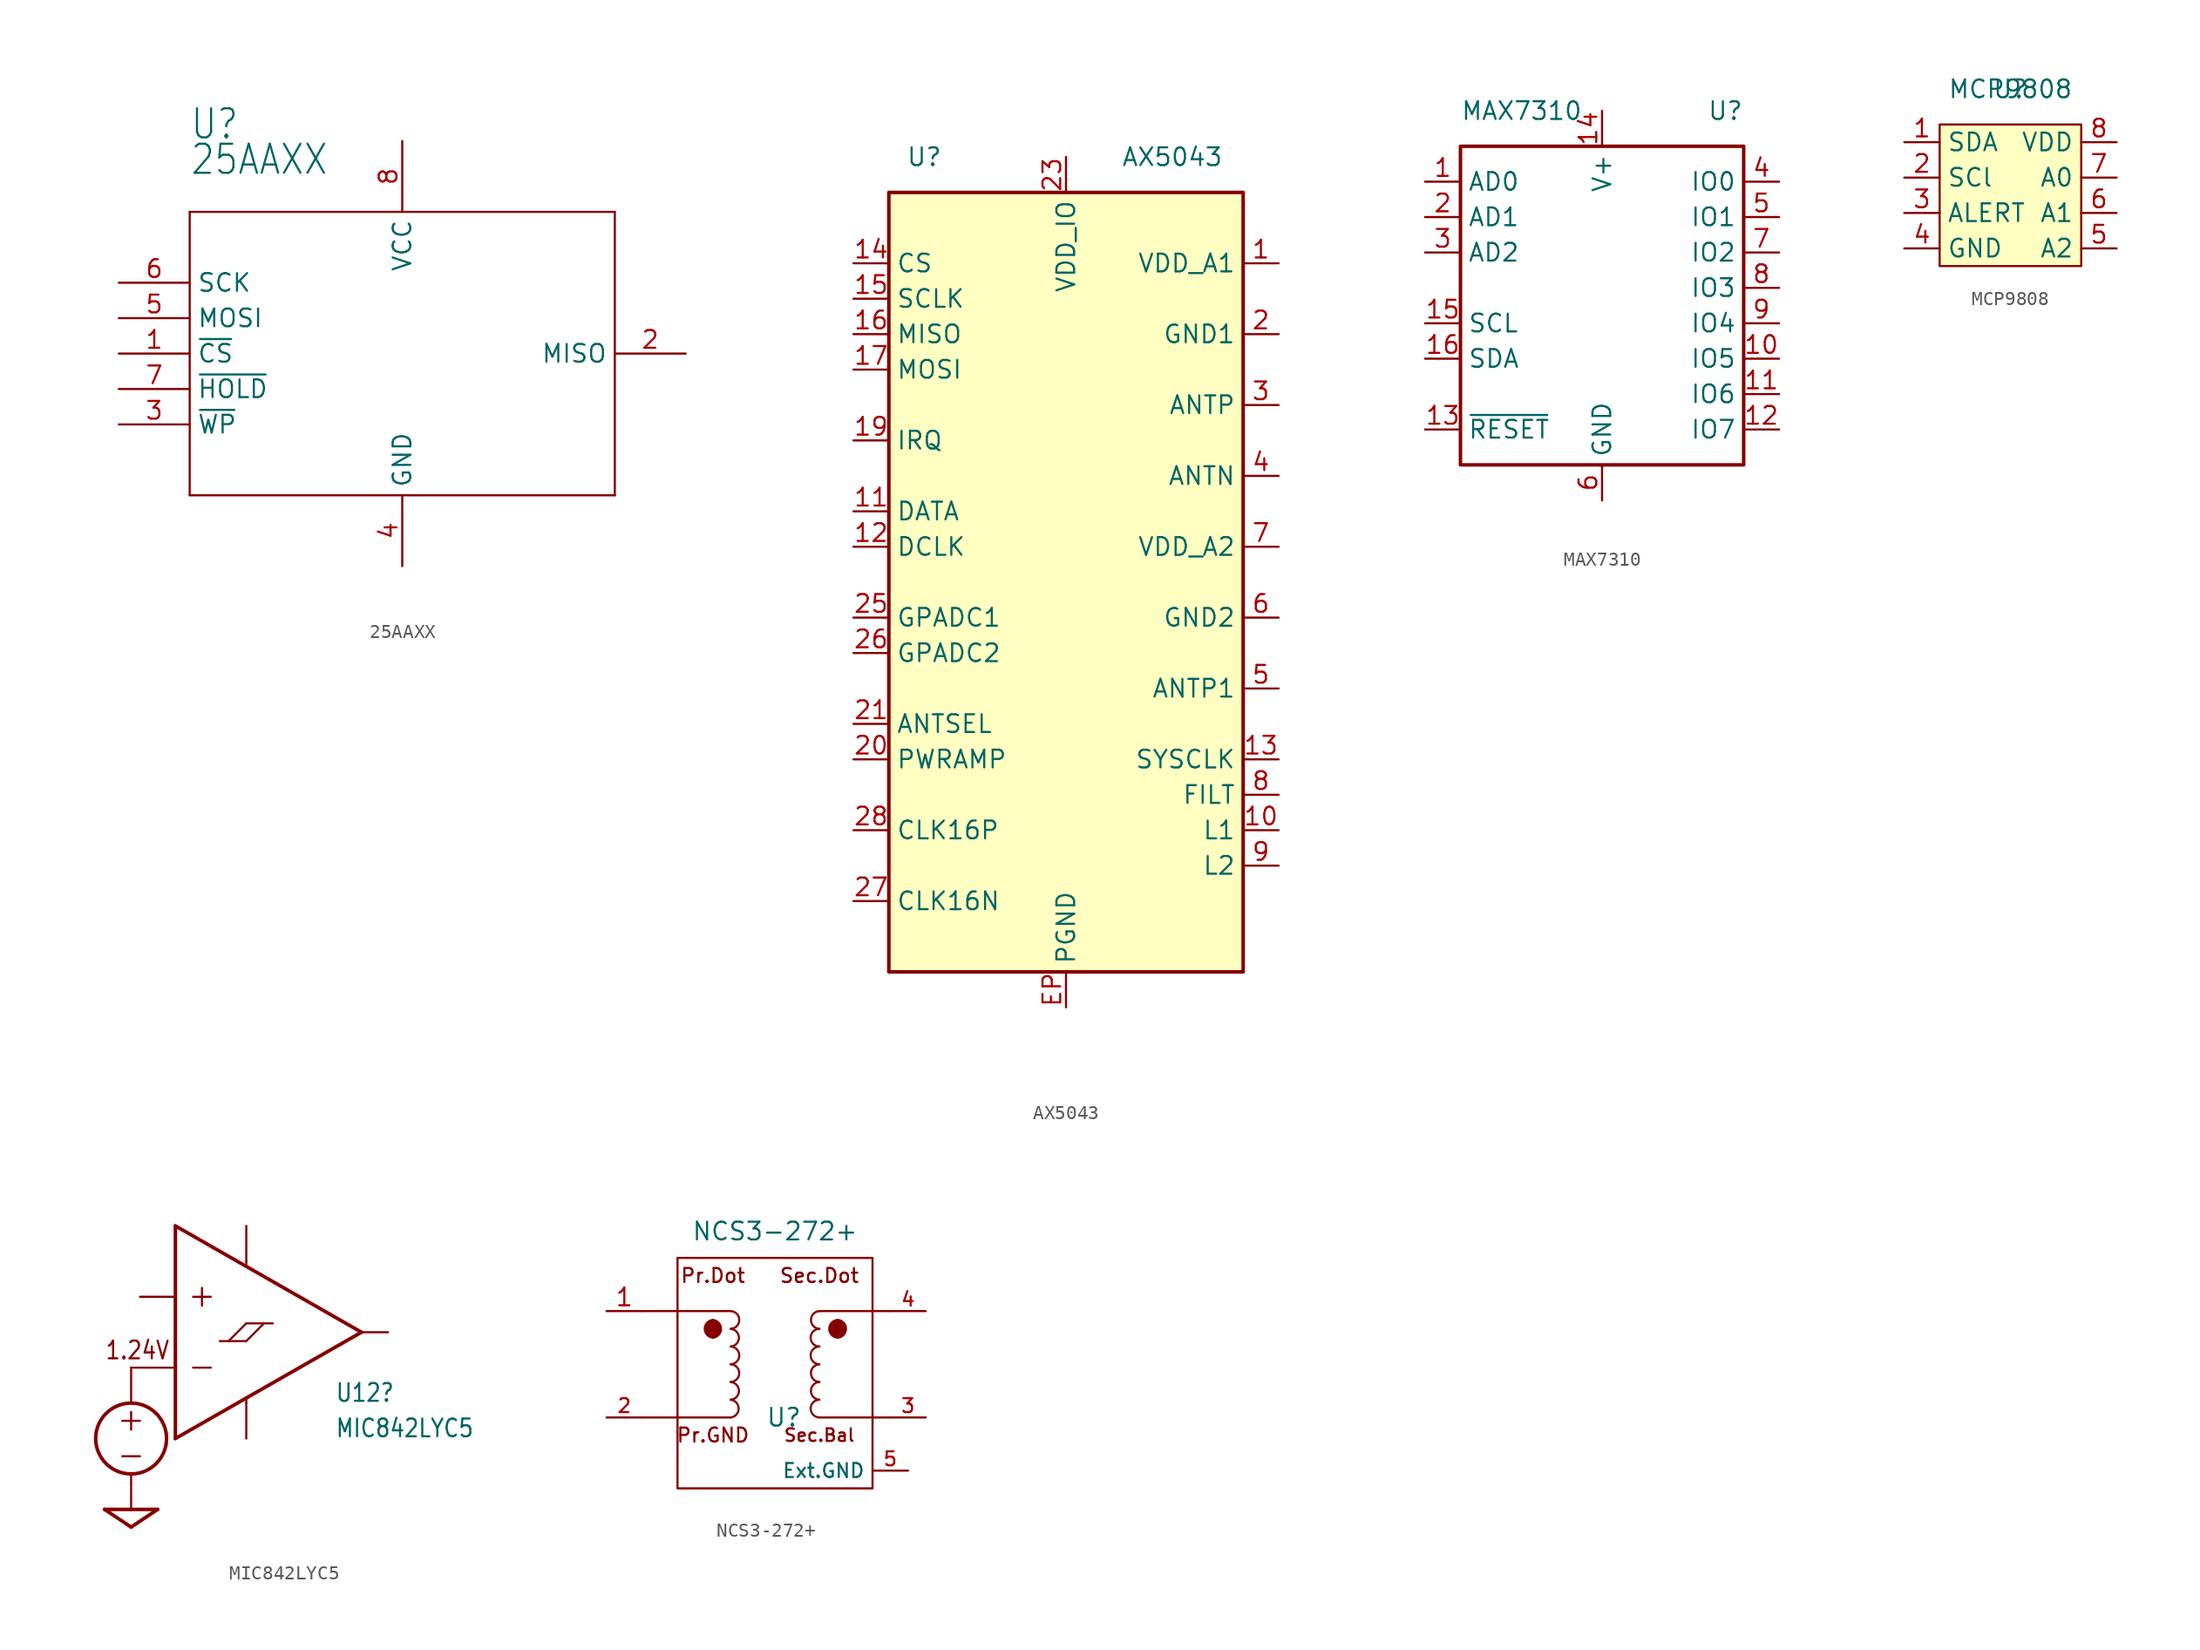
<source format=kicad_sym>
(kicad_symbol_lib
  (version 20220914)
  (generator kicad_symbol_editor)
  (symbol "25AAXX"
    (property "Reference" "U"
      (at -15.24 15.24 0)
      (effects (font (size 2.083 1.77)) (justify left bottom)))
    (property "Value" "25AAXX"
      (at -15.24 12.7 0)
      (effects (font (size 2.083 1.77)) (justify left bottom)))
    (symbol "25AAXX_1_0"
      (polyline (pts (xy -15.24 -10.16) (xy 15.24 -10.16)) (stroke (width 0.152) (type default)) (fill (type none)))
      (polyline (pts (xy -15.24 10.16) (xy -15.24 -10.16)) (stroke (width 0.152) (type default)) (fill (type none)))
      (polyline (pts (xy 15.24 -10.16) (xy 15.24 10.16)) (stroke (width 0.152) (type default)) (fill (type none)))
      (polyline (pts (xy 15.24 10.16) (xy -15.24 10.16)) (stroke (width 0.152) (type default)) (fill (type none)))
      (pin input line (at -20.32 0 0) (length 5.08) (name "~{CS}" (effects (font (size 1.27 1.27)))) (number "1" (effects (font (size 1.27 1.27)))))
      (pin output line (at 20.32 0 180) (length 5.08) (name "MISO" (effects (font (size 1.27 1.27)))) (number "2" (effects (font (size 1.27 1.27)))))
      (pin input line (at -20.32 -5.08 0) (length 5.08) (name "~{WP}" (effects (font (size 1.27 1.27)))) (number "3" (effects (font (size 1.27 1.27)))))
      (pin power_in line (at 0 -15.24 90) (length 5.08) (name "GND" (effects (font (size 1.27 1.27)))) (number "4" (effects (font (size 1.27 1.27)))))
      (pin input line (at -20.32 2.54 0) (length 5.08) (name "MOSI" (effects (font (size 1.27 1.27)))) (number "5" (effects (font (size 1.27 1.27)))))
      (pin input line (at -20.32 5.08 0) (length 5.08) (name "SCK" (effects (font (size 1.27 1.27)))) (number "6" (effects (font (size 1.27 1.27)))))
      (pin input line (at -20.32 -2.54 0) (length 5.08) (name "~{HOLD}" (effects (font (size 1.27 1.27)))) (number "7" (effects (font (size 1.27 1.27)))))
      (pin power_in line (at 0 15.24 270) (length 5.08) (name "VCC" (effects (font (size 1.27 1.27)))) (number "8" (effects (font (size 1.27 1.27)))))))
  (symbol "AX5043"
    (property "Reference" "U"
      (at -10.16 30.48 0)
      (effects (font (size 1.27 1.27))))
    (property "Value" "AX5043"
      (at 7.62 30.48 0)
      (effects (font (size 1.27 1.27))))
    (symbol "AX5043_1_1"
      (rectangle (start -12.7 27.94) (end 12.7 -27.94) (stroke (width 0.254) (type default)) (fill (type background)))
      (pin power_out line (at 15.24 22.86 180) (length 2.54) (name "VDD_A1" (effects (font (size 1.27 1.27)))) (number "1" (effects (font (size 1.27 1.27)))))
      (pin passive line (at 15.24 -17.78 180) (length 2.54) (name "L1" (effects (font (size 1.27 1.27)))) (number "10" (effects (font (size 1.27 1.27)))))
      (pin bidirectional line (at -15.24 5.08 0) (length 2.54) (name "DATA" (effects (font (size 1.27 1.27)))) (number "11" (effects (font (size 1.27 1.27)))))
      (pin bidirectional line (at -15.24 2.54 0) (length 2.54) (name "DCLK" (effects (font (size 1.27 1.27)))) (number "12" (effects (font (size 1.27 1.27)))))
      (pin bidirectional line (at 15.24 -12.7 180) (length 2.54) (name "SYSCLK" (effects (font (size 1.27 1.27)))) (number "13" (effects (font (size 1.27 1.27)))))
      (pin input line (at -15.24 22.86 0) (length 2.54) (name "CS" (effects (font (size 1.27 1.27)))) (number "14" (effects (font (size 1.27 1.27)))))
      (pin input line (at -15.24 20.32 0) (length 2.54) (name "SCLK" (effects (font (size 1.27 1.27)))) (number "15" (effects (font (size 1.27 1.27)))))
      (pin output line (at -15.24 17.78 0) (length 2.54) (name "MISO" (effects (font (size 1.27 1.27)))) (number "16" (effects (font (size 1.27 1.27)))))
      (pin input line (at -15.24 15.24 0) (length 2.54) (name "MOSI" (effects (font (size 1.27 1.27)))) (number "17" (effects (font (size 1.27 1.27)))))
      (pin bidirectional line (at -15.24 10.16 0) (length 2.54) (name "IRQ" (effects (font (size 1.27 1.27)))) (number "19" (effects (font (size 1.27 1.27)))))
      (pin passive line (at 15.24 17.78 180) (length 2.54) (name "GND1" (effects (font (size 1.27 1.27)))) (number "2" (effects (font (size 1.27 1.27)))))
      (pin bidirectional line (at -15.24 -12.7 0) (length 2.54) (name "PWRAMP" (effects (font (size 1.27 1.27)))) (number "20" (effects (font (size 1.27 1.27)))))
      (pin bidirectional line (at -15.24 -10.16 0) (length 2.54) (name "ANTSEL" (effects (font (size 1.27 1.27)))) (number "21" (effects (font (size 1.27 1.27)))))
      (pin power_in line (at 0 30.48 270) (length 2.54) (name "VDD_IO" (effects (font (size 1.27 1.27)))) (number "23" (effects (font (size 1.27 1.27)))))
      (pin passive line (at -15.24 -2.54 0) (length 2.54) (name "GPADC1" (effects (font (size 1.27 1.27)))) (number "25" (effects (font (size 1.27 1.27)))))
      (pin passive line (at -15.24 -5.08 0) (length 2.54) (name "GPADC2" (effects (font (size 1.27 1.27)))) (number "26" (effects (font (size 1.27 1.27)))))
      (pin passive line (at -15.24 -22.86 0) (length 2.54) (name "CLK16N" (effects (font (size 1.27 1.27)))) (number "27" (effects (font (size 1.27 1.27)))))
      (pin passive line (at -15.24 -17.78 0) (length 2.54) (name "CLK16P" (effects (font (size 1.27 1.27)))) (number "28" (effects (font (size 1.27 1.27)))))
      (pin passive line (at 15.24 12.7 180) (length 2.54) (name "ANTP" (effects (font (size 1.27 1.27)))) (number "3" (effects (font (size 1.27 1.27)))))
      (pin passive line (at 15.24 7.62 180) (length 2.54) (name "ANTN" (effects (font (size 1.27 1.27)))) (number "4" (effects (font (size 1.27 1.27)))))
      (pin passive line (at 15.24 -7.62 180) (length 2.54) (name "ANTP1" (effects (font (size 1.27 1.27)))) (number "5" (effects (font (size 1.27 1.27)))))
      (pin passive line (at 15.24 -2.54 180) (length 2.54) (name "GND2" (effects (font (size 1.27 1.27)))) (number "6" (effects (font (size 1.27 1.27)))))
      (pin power_out line (at 15.24 2.54 180) (length 2.54) (name "VDD_A2" (effects (font (size 1.27 1.27)))) (number "7" (effects (font (size 1.27 1.27)))))
      (pin passive line (at 15.24 -15.24 180) (length 2.54) (name "FILT" (effects (font (size 1.27 1.27)))) (number "8" (effects (font (size 1.27 1.27)))))
      (pin passive line (at 15.24 -20.32 180) (length 2.54) (name "L2" (effects (font (size 1.27 1.27)))) (number "9" (effects (font (size 1.27 1.27)))))
      (pin power_in line (at 0 -30.48 90) (length 2.54) (name "PGND" (effects (font (size 1.27 1.27)))) (number "EP" (effects (font (size 1.27 1.27)))))))
  (symbol "MAX7310"
    (property "Reference" "U"
      (at 10.16 12.7 0)
      (effects (font (size 1.27 1.27)) (justify right)))
    (property "Value" "MAX7310"
      (at -10.16 12.7 0)
      (effects (font (size 1.27 1.27)) (justify left)))
    (symbol "MAX7310_0_1"
      (rectangle (start -10.16 10.16) (end 10.16 -12.7) (stroke (width 0.25) (type default)) (fill (type none))))
    (symbol "MAX7310_1_0"
      (pin input line (at -12.7 7.62 0) (length 2.54) (name "AD0" (effects (font (size 1.27 1.27)))) (number "1" (effects (font (size 1.27 1.27)))))
      (pin bidirectional line (at 12.7 -5.08 180) (length 2.54) (name "IO5" (effects (font (size 1.27 1.27)))) (number "10" (effects (font (size 1.27 1.27)))))
      (pin bidirectional line (at 12.7 -7.62 180) (length 2.54) (name "IO6" (effects (font (size 1.27 1.27)))) (number "11" (effects (font (size 1.27 1.27)))))
      (pin bidirectional line (at 12.7 -10.16 180) (length 2.54) (name "IO7" (effects (font (size 1.27 1.27)))) (number "12" (effects (font (size 1.27 1.27)))))
      (pin input line (at -12.7 -10.16 0) (length 2.54) (name "~{RESET}" (effects (font (size 1.27 1.27)))) (number "13" (effects (font (size 1.27 1.27)))))
      (pin power_in line (at 0 12.7 270) (length 2.54) (name "V+" (effects (font (size 1.27 1.27)))) (number "14" (effects (font (size 1.27 1.27)))))
      (pin input line (at -12.7 -2.54 0) (length 2.54) (name "SCL" (effects (font (size 1.27 1.27)))) (number "15" (effects (font (size 1.27 1.27)))))
      (pin bidirectional line (at -12.7 -5.08 0) (length 2.54) (name "SDA" (effects (font (size 1.27 1.27)))) (number "16" (effects (font (size 1.27 1.27)))))
      (pin passive line (at 0 -15.24 90) (length 2.54) hide (name "GND" (effects (font (size 1.27 1.27)))) (number "17" (effects (font (size 1.27 1.27)))))
      (pin input line (at -12.7 5.08 0) (length 2.54) (name "AD1" (effects (font (size 1.27 1.27)))) (number "2" (effects (font (size 1.27 1.27)))))
      (pin input line (at -12.7 2.54 0) (length 2.54) (name "AD2" (effects (font (size 1.27 1.27)))) (number "3" (effects (font (size 1.27 1.27)))))
      (pin bidirectional line (at 12.7 7.62 180) (length 2.54) (name "IO0" (effects (font (size 1.27 1.27)))) (number "4" (effects (font (size 1.27 1.27)))))
      (pin bidirectional line (at 12.7 5.08 180) (length 2.54) (name "IO1" (effects (font (size 1.27 1.27)))) (number "5" (effects (font (size 1.27 1.27)))))
      (pin power_in line (at 0 -15.24 90) (length 2.54) (name "GND" (effects (font (size 1.27 1.27)))) (number "6" (effects (font (size 1.27 1.27)))))
      (pin bidirectional line (at 12.7 2.54 180) (length 2.54) (name "IO2" (effects (font (size 1.27 1.27)))) (number "7" (effects (font (size 1.27 1.27)))))
      (pin bidirectional line (at 12.7 0 180) (length 2.54) (name "IO3" (effects (font (size 1.27 1.27)))) (number "8" (effects (font (size 1.27 1.27)))))
      (pin bidirectional line (at 12.7 -2.54 180) (length 2.54) (name "IO4" (effects (font (size 1.27 1.27)))) (number "9" (effects (font (size 1.27 1.27)))))))
  (symbol "MCP9808"
    (property "Reference" "U"
      (at 0 0 0)
      (effects (font (size 1.27 1.27))))
    (property "Value" "MCP9808"
      (at 0 0 0)
      (effects (font (size 1.27 1.27))))
    (symbol "MCP9808_0_1"
      (rectangle (start -5.08 -2.54) (end 5.08 -12.7) (stroke (width 0) (type default)) (fill (type background))))
    (symbol "MCP9808_1_1"
      (pin bidirectional line (at -7.62 -3.81 0) (length 2.54) (name "SDA" (effects (font (size 1.27 1.27)))) (number "1" (effects (font (size 1.27 1.27)))))
      (pin bidirectional line (at -7.62 -6.35 0) (length 2.54) (name "SCl" (effects (font (size 1.27 1.27)))) (number "2" (effects (font (size 1.27 1.27)))))
      (pin output line (at -7.62 -8.89 0) (length 2.54) (name "ALERT" (effects (font (size 1.27 1.27)))) (number "3" (effects (font (size 1.27 1.27)))))
      (pin power_in line (at -7.62 -11.43 0) (length 2.54) (name "GND" (effects (font (size 1.27 1.27)))) (number "4" (effects (font (size 1.27 1.27)))))
      (pin input line (at 7.62 -11.43 180) (length 2.54) (name "A2" (effects (font (size 1.27 1.27)))) (number "5" (effects (font (size 1.27 1.27)))))
      (pin input line (at 7.62 -8.89 180) (length 2.54) (name "A1" (effects (font (size 1.27 1.27)))) (number "6" (effects (font (size 1.27 1.27)))))
      (pin input line (at 7.62 -6.35 180) (length 2.54) (name "A0" (effects (font (size 1.27 1.27)))) (number "7" (effects (font (size 1.27 1.27)))))
      (pin power_in line (at 7.62 -3.81 180) (length 2.54) (name "VDD" (effects (font (size 1.27 1.27)))) (number "8" (effects (font (size 1.27 1.27)))))))
  (symbol "MIC842LYC5"
    (property "Reference" "U12"
      (at 6.35 -5.08 0)
      (effects (font (size 1.27 1.079)) (justify left bottom)))
    (property "Value" "MIC842LYC5"
      (at 6.35 -7.62 0)
      (effects (font (size 1.27 1.079)) (justify left bottom)))
    (symbol "MIC842LYC5_1_0"
      (circle (center -8.255 -7.62) (radius 2.54) (stroke (width 0.254) (type default)) (fill (type none)))
      (polyline (pts (xy -8.89 -8.89) (xy -7.62 -8.89)) (stroke (width 0.152) (type default)) (fill (type none)))
      (polyline (pts (xy -8.89 -6.35) (xy -7.62 -6.35)) (stroke (width 0.152) (type default)) (fill (type none)))
      (polyline (pts (xy -8.255 -13.97) (xy -10.16 -12.7)) (stroke (width 0.254) (type default)) (fill (type none)))
      (polyline (pts (xy -8.255 -12.7) (xy -10.16 -12.7)) (stroke (width 0.254) (type default)) (fill (type none)))
      (polyline (pts (xy -8.255 -12.7) (xy -6.35 -12.7)) (stroke (width 0.254) (type default)) (fill (type none)))
      (polyline (pts (xy -8.255 -10.16) (xy -8.255 -12.7)) (stroke (width 0.152) (type default)) (fill (type none)))
      (polyline (pts (xy -8.255 -5.715) (xy -8.255 -6.985)) (stroke (width 0.152) (type default)) (fill (type none)))
      (polyline (pts (xy -8.255 -2.54) (xy -8.255 -5.08)) (stroke (width 0.152) (type default)) (fill (type none)))
      (polyline (pts (xy -6.35 -12.7) (xy -8.255 -13.97)) (stroke (width 0.254) (type default)) (fill (type none)))
      (polyline (pts (xy -5.08 -7.62) (xy 8.255 0)) (stroke (width 0.254) (type default)) (fill (type none)))
      (polyline (pts (xy -5.08 -2.54) (xy -8.255 -2.54)) (stroke (width 0.152) (type default)) (fill (type none)))
      (polyline (pts (xy -5.08 -2.54) (xy -5.08 -7.62)) (stroke (width 0.254) (type default)) (fill (type none)))
      (polyline (pts (xy -5.08 7.62) (xy -5.08 -2.54)) (stroke (width 0.254) (type default)) (fill (type none)))
      (polyline (pts (xy -3.81 -2.54) (xy -2.54 -2.54)) (stroke (width 0.152) (type default)) (fill (type none)))
      (polyline (pts (xy -3.81 2.54) (xy -2.54 2.54)) (stroke (width 0.152) (type default)) (fill (type none)))
      (polyline (pts (xy -3.175 3.175) (xy -3.175 1.905)) (stroke (width 0.152) (type default)) (fill (type none)))
      (polyline (pts (xy -1.905 -0.635) (xy -1.27 -0.635)) (stroke (width 0.152) (type default)) (fill (type none)))
      (polyline (pts (xy -1.27 -0.635) (xy 0 -0.635)) (stroke (width 0.152) (type default)) (fill (type none)))
      (polyline (pts (xy 0 -5.08) (xy 0 -4.826)) (stroke (width 0.152) (type default)) (fill (type none)))
      (polyline (pts (xy 0 -0.635) (xy 1.27 0.635)) (stroke (width 0.152) (type default)) (fill (type none)))
      (polyline (pts (xy 0 0.635) (xy -1.27 -0.635)) (stroke (width 0.152) (type default)) (fill (type none)))
      (polyline (pts (xy 0 5.08) (xy 0 4.826)) (stroke (width 0.152) (type default)) (fill (type none)))
      (polyline (pts (xy 1.27 0.635) (xy 0 0.635)) (stroke (width 0.152) (type default)) (fill (type none)))
      (polyline (pts (xy 1.27 0.635) (xy 1.905 0.635)) (stroke (width 0.152) (type default)) (fill (type none)))
      (polyline (pts (xy 8.255 0) (xy -5.08 7.62)) (stroke (width 0.254) (type default)) (fill (type none)))
      (text "1.24V" (at -10.16 -2.032 0) (effects (font (size 1.27 1.079)) (justify left bottom)))
      (pin input line (at -7.62 2.54 0) (length 2.54) (name "INP" (effects (font (size 0 0)))) (number "1" (effects (font (size 0 0)))))
      (pin power_in line (at 0 -7.62 90) (length 2.54) (name "GND" (effects (font (size 0 0)))) (number "2" (effects (font (size 0 0)))))
      (pin output line (at 10.16 0 180) (length 2) (name "OUT" (effects (font (size 0 0)))) (number "4" (effects (font (size 0 0)))))
      (pin power_in line (at 0 7.62 270) (length 2.54) (name "VDD" (effects (font (size 0 0)))) (number "5" (effects (font (size 0 0)))))))
  (symbol "NCS3-272+"
    (property "Reference" "U"
      (at 0 0 0)
      (effects (font (size 1.27 1.27))))
    (property "Value" "NCS3-272+"
      (at -0.635 13.335 0)
      (effects (font (size 1.27 1.27))))
    (symbol "NCS3-272+_0_0"
      (arc (start -5.08 5.715) (mid -4.5038 6.35) (end -5.08 6.985) (stroke (width 0.1524) (type default)) (fill (type outline)))
      (arc (start -5.08 6.985) (mid -5.6702 6.35) (end -5.08 5.715) (stroke (width 0.1524) (type default)) (fill (type outline)))
      (arc (start 3.8718 5.715) (mid 4.448 6.35) (end 3.8718 6.985) (stroke (width 0.1524) (type default)) (fill (type outline)))
      (arc (start 3.8718 6.985) (mid 3.248 6.35) (end 3.8718 5.715) (stroke (width 0.1524) (type default)) (fill (type outline)))
      (text "Pr.Dot" (at -5.08 10.16 0) (effects (font (size 1 1))))
      (text "Pr.GND" (at -5.08 -1.27 0) (effects (font (size 1 1))))
      (text "Sec.Bal" (at 2.54 -1.27 0) (effects (font (size 0.9 0.9))))
      (text "Sec.Dot" (at 2.54 10.16 0) (effects (font (size 1 1)))))
    (symbol "NCS3-272+_0_1"
      (rectangle (start -7.62 11.43) (end 6.35 -5.08) (stroke (width 0.152) (type default)) (fill (type none)))
      (arc (start -3.81 0) (mid -3.2399 0.635) (end -3.81 1.27) (stroke (width 0.1524) (type default)) (fill (type none)))
      (arc (start -3.81 1.27) (mid -3.2198 1.905) (end -3.81 2.54) (stroke (width 0.1524) (type default)) (fill (type none)))
      (arc (start -3.81 2.54) (mid -3.1997 3.175) (end -3.81 3.81) (stroke (width 0.1524) (type default)) (fill (type none)))
      (arc (start -3.81 3.81) (mid -3.1971 4.445) (end -3.81 5.08) (stroke (width 0.1524) (type default)) (fill (type none)))
      (arc (start -3.81 5.08) (mid -3.2198 5.715) (end -3.81 6.35) (stroke (width 0.1524) (type default)) (fill (type none)))
      (arc (start -3.81 6.35) (mid -3.1971 6.985) (end -3.81 7.62) (stroke (width 0.1524) (type default)) (fill (type none)))
      (polyline (pts (xy -10.16 0) (xy -3.81 0)) (stroke (width 0.152) (type default)) (fill (type none)))
      (polyline (pts (xy -10.16 7.62) (xy -3.81 7.62)) (stroke (width 0.152) (type default)) (fill (type none)))
      (polyline (pts (xy 7.62 0) (xy 2.54 0)) (stroke (width 0.152) (type default)) (fill (type none)))
      (polyline (pts (xy 7.62 7.62) (xy 2.54 7.62)) (stroke (width 0.152) (type default)) (fill (type none)))
      (arc (start 2.54 1.27) (mid 1.9159 0.635) (end 2.54 0) (stroke (width 0.1524) (type default)) (fill (type none)))
      (arc (start 2.54 2.54) (mid 1.938 1.905) (end 2.54 1.27) (stroke (width 0.1524) (type default)) (fill (type none)))
      (arc (start 2.54 3.81) (mid 1.938 3.175) (end 2.54 2.54) (stroke (width 0.1524) (type default)) (fill (type none)))
      (arc (start 2.54 5.08) (mid 1.9159 4.445) (end 2.54 3.81) (stroke (width 0.1524) (type default)) (fill (type none)))
      (arc (start 2.54 6.35) (mid 1.9159 5.715) (end 2.54 5.08) (stroke (width 0.1524) (type default)) (fill (type none)))
      (arc (start 2.54 7.62) (mid 1.938 6.985) (end 2.54 6.35) (stroke (width 0.1524) (type default)) (fill (type none))))
    (symbol "NCS3-272+_1_1"
      (pin passive line (at -12.7 7.62 0) (length 2.54) (name "" (effects (font (size 1 1)))) (number "1" (effects (font (size 1.27 1.27)))))
      (pin passive line (at -12.7 0 0) (length 2.54) (name "" (effects (font (size 1 1)))) (number "2" (effects (font (size 1 1)))))
      (pin passive line (at 10.16 0 180) (length 2.54) (name "" (effects (font (size 1 1)))) (number "3" (effects (font (size 1 1)))))
      (pin passive line (at 10.16 7.62 180) (length 2.54) (name "" (effects (font (size 1 1)))) (number "4" (effects (font (size 1 1)))))
      (pin power_in line (at 8.89 -3.81 180) (length 2.54) (name "Ext.GND" (effects (font (size 1 1)))) (number "5" (effects (font (size 1 1))))))))
</source>
